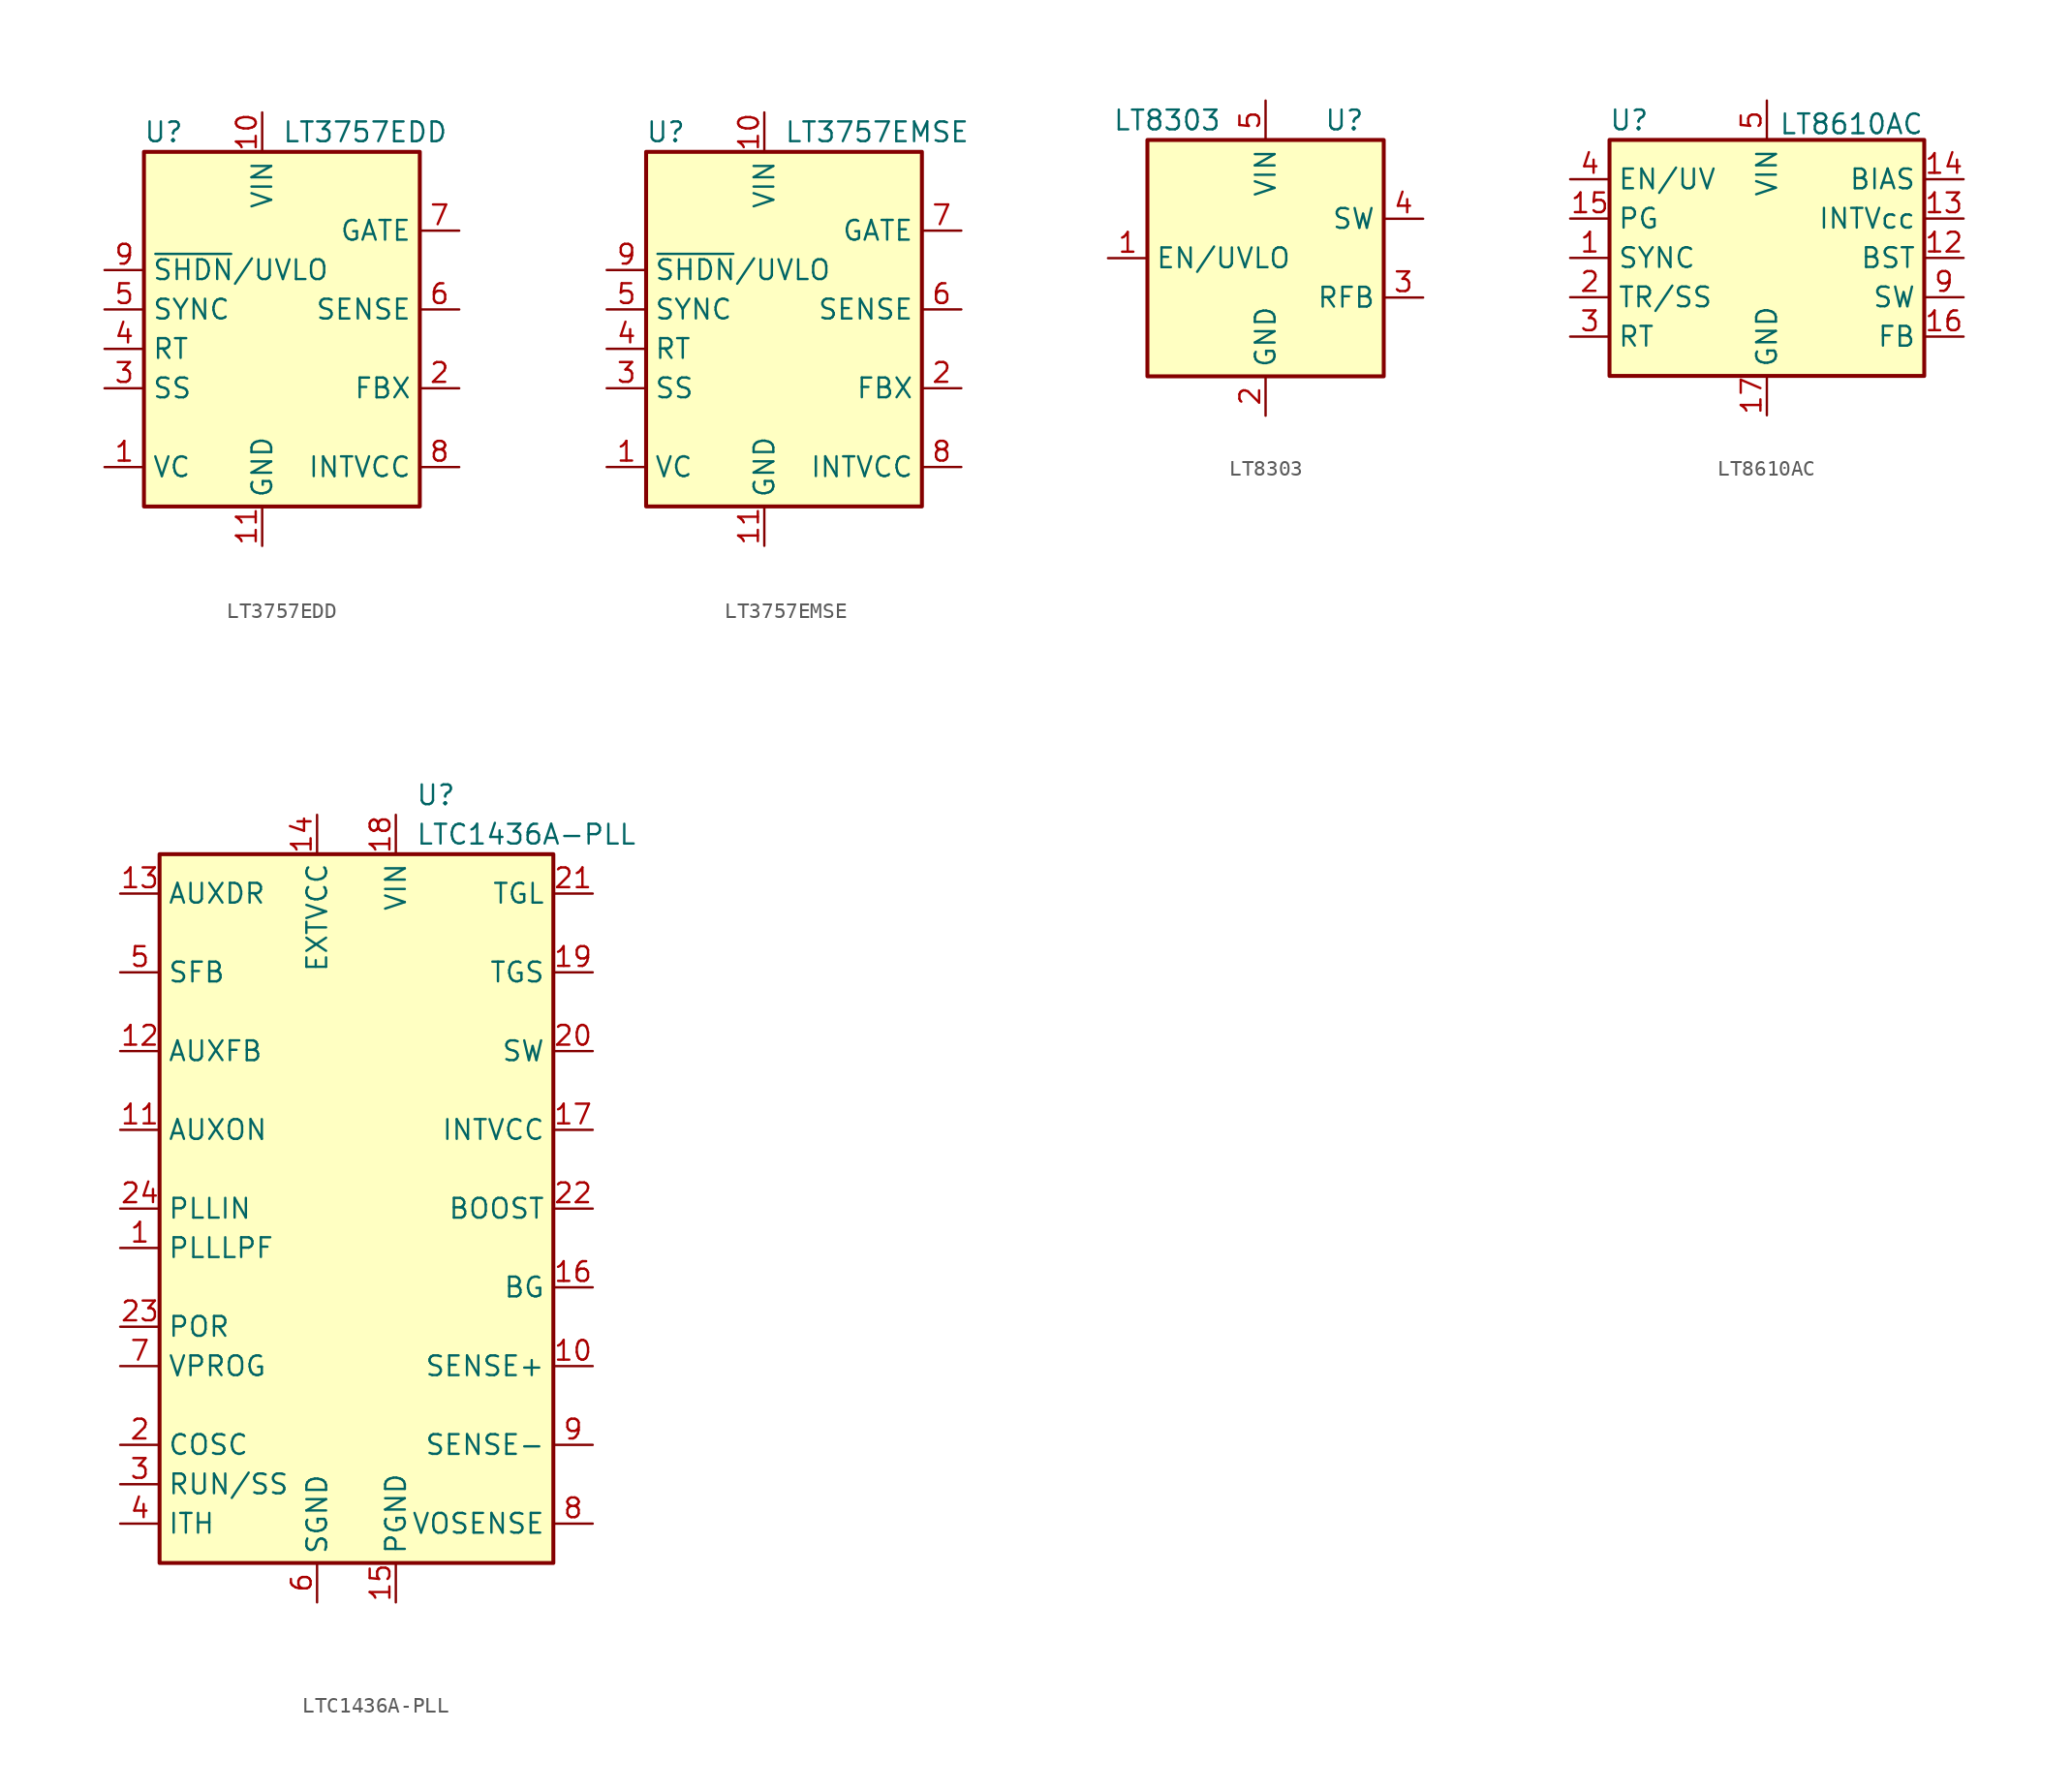
<source format=kicad_sym>
(kicad_symbol_lib
  (version 20201005)
  (generator kicad_symbol_editor)
  (symbol "LT3757EDD"
    (property "Reference" "U"
      (at -6.35 11.43 0)
      (effects (font (size 1.27 1.27))))
    (property "Value" "LT3757EDD"
      (at 1.27 11.43 0)
      (effects (font (size 1.27 1.27)) (justify left)))
    (symbol "LT3757EDD_0_1"
      (rectangle (start -7.62 10.16) (end 10.16 -12.7) (stroke (width 0.254)) (fill (type background))))
    (symbol "LT3757EDD_1_1"
      (pin input line (at -10.16 -10.16 0) (length 2.54) (name "VC" (effects (font (size 1.27 1.27)))) (number "1" (effects (font (size 1.27 1.27)))))
      (pin power_in line (at 0 12.7 270) (length 2.54) (name "VIN" (effects (font (size 1.27 1.27)))) (number "10" (effects (font (size 1.27 1.27)))))
      (pin power_in line (at 0 -15.24 90) (length 2.54) (name "GND" (effects (font (size 1.27 1.27)))) (number "11" (effects (font (size 1.27 1.27)))))
      (pin input line (at 12.7 -5.08 180) (length 2.54) (name "FBX" (effects (font (size 1.27 1.27)))) (number "2" (effects (font (size 1.27 1.27)))))
      (pin input line (at -10.16 -5.08 0) (length 2.54) (name "SS" (effects (font (size 1.27 1.27)))) (number "3" (effects (font (size 1.27 1.27)))))
      (pin input line (at -10.16 -2.54 0) (length 2.54) (name "RT" (effects (font (size 1.27 1.27)))) (number "4" (effects (font (size 1.27 1.27)))))
      (pin input line (at -10.16 0 0) (length 2.54) (name "SYNC" (effects (font (size 1.27 1.27)))) (number "5" (effects (font (size 1.27 1.27)))))
      (pin input line (at 12.7 0 180) (length 2.54) (name "SENSE" (effects (font (size 1.27 1.27)))) (number "6" (effects (font (size 1.27 1.27)))))
      (pin output line (at 12.7 5.08 180) (length 2.54) (name "GATE" (effects (font (size 1.27 1.27)))) (number "7" (effects (font (size 1.27 1.27)))))
      (pin output line (at 12.7 -10.16 180) (length 2.54) (name "INTVCC" (effects (font (size 1.27 1.27)))) (number "8" (effects (font (size 1.27 1.27)))))
      (pin input line (at -10.16 2.54 0) (length 2.54) (name "~SHDN~/UVLO" (effects (font (size 1.27 1.27)))) (number "9" (effects (font (size 1.27 1.27)))))))
  (symbol "LT3757EMSE"
    (property "Reference" "U"
      (at -6.35 11.43 0)
      (effects (font (size 1.27 1.27))))
    (property "Value" "LT3757EMSE"
      (at 1.27 11.43 0)
      (effects (font (size 1.27 1.27)) (justify left)))
    (symbol "LT3757EMSE_0_1"
      (rectangle (start -7.62 10.16) (end 10.16 -12.7) (stroke (width 0.254)) (fill (type background))))
    (symbol "LT3757EMSE_1_1"
      (pin input line (at -10.16 -10.16 0) (length 2.54) (name "VC" (effects (font (size 1.27 1.27)))) (number "1" (effects (font (size 1.27 1.27)))))
      (pin power_in line (at 0 12.7 270) (length 2.54) (name "VIN" (effects (font (size 1.27 1.27)))) (number "10" (effects (font (size 1.27 1.27)))))
      (pin power_in line (at 0 -15.24 90) (length 2.54) (name "GND" (effects (font (size 1.27 1.27)))) (number "11" (effects (font (size 1.27 1.27)))))
      (pin input line (at 12.7 -5.08 180) (length 2.54) (name "FBX" (effects (font (size 1.27 1.27)))) (number "2" (effects (font (size 1.27 1.27)))))
      (pin input line (at -10.16 -5.08 0) (length 2.54) (name "SS" (effects (font (size 1.27 1.27)))) (number "3" (effects (font (size 1.27 1.27)))))
      (pin input line (at -10.16 -2.54 0) (length 2.54) (name "RT" (effects (font (size 1.27 1.27)))) (number "4" (effects (font (size 1.27 1.27)))))
      (pin input line (at -10.16 0 0) (length 2.54) (name "SYNC" (effects (font (size 1.27 1.27)))) (number "5" (effects (font (size 1.27 1.27)))))
      (pin input line (at 12.7 0 180) (length 2.54) (name "SENSE" (effects (font (size 1.27 1.27)))) (number "6" (effects (font (size 1.27 1.27)))))
      (pin output line (at 12.7 5.08 180) (length 2.54) (name "GATE" (effects (font (size 1.27 1.27)))) (number "7" (effects (font (size 1.27 1.27)))))
      (pin output line (at 12.7 -10.16 180) (length 2.54) (name "INTVCC" (effects (font (size 1.27 1.27)))) (number "8" (effects (font (size 1.27 1.27)))))
      (pin input line (at -10.16 2.54 0) (length 2.54) (name "~SHDN~/UVLO" (effects (font (size 1.27 1.27)))) (number "9" (effects (font (size 1.27 1.27)))))))
  (symbol "LT8303"
    (property "Reference" "U"
      (at 5.08 8.89 0)
      (effects (font (size 1.27 1.27))))
    (property "Value" "LT8303"
      (at -6.35 8.89 0)
      (effects (font (size 1.27 1.27))))
    (symbol "LT8303_0_1"
      (rectangle (start 7.62 7.62) (end -7.62 -7.62) (stroke (width 0.254)) (fill (type background))))
    (symbol "LT8303_1_1"
      (pin input line (at -10.16 0 0) (length 2.54) (name "EN/UVLO" (effects (font (size 1.27 1.27)))) (number "1" (effects (font (size 1.27 1.27)))))
      (pin power_in line (at 0 -10.16 90) (length 2.54) (name "GND" (effects (font (size 1.27 1.27)))) (number "2" (effects (font (size 1.27 1.27)))))
      (pin input line (at 10.16 -2.54 180) (length 2.54) (name "RFB" (effects (font (size 1.27 1.27)))) (number "3" (effects (font (size 1.27 1.27)))))
      (pin open_collector line (at 10.16 2.54 180) (length 2.54) (name "SW" (effects (font (size 1.27 1.27)))) (number "4" (effects (font (size 1.27 1.27)))))
      (pin power_in line (at 0 10.16 270) (length 2.54) (name "VIN" (effects (font (size 1.27 1.27)))) (number "5" (effects (font (size 1.27 1.27)))))))
  (symbol "LT8610AC"
    (property "Reference" "U"
      (at -8.89 8.89 0)
      (effects (font (size 1.27 1.27))))
    (property "Value" "LT8610AC"
      (at 0.762 8.636 0)
      (effects (font (size 1.27 1.27)) (justify left)))
    (symbol "LT8610AC_0_1"
      (rectangle (start -10.16 7.62) (end 10.16 -7.62) (stroke (width 0.254)) (fill (type background))))
    (symbol "LT8610AC_1_1"
      (pin input line (at -12.7 0 0) (length 2.54) (name "SYNC" (effects (font (size 1.27 1.27)))) (number "1" (effects (font (size 1.27 1.27)))))
      (pin passive line (at 12.7 -2.54 180) (length 2.54) hide (name "SW" (effects (font (size 1.27 1.27)))) (number "10" (effects (font (size 1.27 1.27)))))
      (pin passive line (at 12.7 -2.54 180) (length 2.54) hide (name "SW" (effects (font (size 1.27 1.27)))) (number "11" (effects (font (size 1.27 1.27)))))
      (pin input line (at 12.7 0 180) (length 2.54) (name "BST" (effects (font (size 1.27 1.27)))) (number "12" (effects (font (size 1.27 1.27)))))
      (pin passive line (at 12.7 2.54 180) (length 2.54) (name "INTVcc" (effects (font (size 1.27 1.27)))) (number "13" (effects (font (size 1.27 1.27)))))
      (pin input line (at 12.7 5.08 180) (length 2.54) (name "BIAS" (effects (font (size 1.27 1.27)))) (number "14" (effects (font (size 1.27 1.27)))))
      (pin open_collector line (at -12.7 2.54 0) (length 2.54) (name "PG" (effects (font (size 1.27 1.27)))) (number "15" (effects (font (size 1.27 1.27)))))
      (pin input line (at 12.7 -5.08 180) (length 2.54) (name "FB" (effects (font (size 1.27 1.27)))) (number "16" (effects (font (size 1.27 1.27)))))
      (pin power_out line (at 0 -10.16 90) (length 2.54) (name "GND" (effects (font (size 1.27 1.27)))) (number "17" (effects (font (size 1.27 1.27)))))
      (pin input line (at -12.7 -2.54 0) (length 2.54) (name "TR/SS" (effects (font (size 1.27 1.27)))) (number "2" (effects (font (size 1.27 1.27)))))
      (pin passive line (at -12.7 -5.08 0) (length 2.54) (name "RT" (effects (font (size 1.27 1.27)))) (number "3" (effects (font (size 1.27 1.27)))))
      (pin input line (at -12.7 5.08 0) (length 2.54) (name "EN/UV" (effects (font (size 1.27 1.27)))) (number "4" (effects (font (size 1.27 1.27)))))
      (pin power_in line (at 0 10.16 270) (length 2.54) (name "VIN" (effects (font (size 1.27 1.27)))) (number "5" (effects (font (size 1.27 1.27)))))
      (pin passive line (at 0 10.16 270) (length 2.54) hide (name "VIN" (effects (font (size 1.27 1.27)))) (number "6" (effects (font (size 1.27 1.27)))))
      (pin no_connect line (at 2.54 -7.62 90) (length 2.54) hide (name "NC" (effects (font (size 1.27 1.27)))) (number "7" (effects (font (size 1.27 1.27)))))
      (pin passive line (at 0 -10.16 90) (length 2.54) hide (name "GND" (effects (font (size 1.27 1.27)))) (number "8" (effects (font (size 1.27 1.27)))))
      (pin output line (at 12.7 -2.54 180) (length 2.54) (name "SW" (effects (font (size 1.27 1.27)))) (number "9" (effects (font (size 1.27 1.27)))))))
  (symbol "LTC1436A-PLL"
    (property "Reference" "U"
      (at 3.81 26.67 0)
      (effects (font (size 1.27 1.27)) (justify left)))
    (property "Value" "LTC1436A-PLL"
      (at 3.81 24.13 0)
      (effects (font (size 1.27 1.27)) (justify left)))
    (symbol "LTC1436A-PLL_0_1"
      (rectangle (start -12.7 -22.86) (end 12.7 22.86) (stroke (width 0.254)) (fill (type background))))
    (symbol "LTC1436A-PLL_1_1"
      (pin passive line (at -15.24 -2.54 0) (length 2.54) (name "PLLLPF" (effects (font (size 1.27 1.27)))) (number "1" (effects (font (size 1.27 1.27)))))
      (pin input line (at 15.24 -10.16 180) (length 2.54) (name "SENSE+" (effects (font (size 1.27 1.27)))) (number "10" (effects (font (size 1.27 1.27)))))
      (pin input line (at -15.24 5.08 0) (length 2.54) (name "AUXON" (effects (font (size 1.27 1.27)))) (number "11" (effects (font (size 1.27 1.27)))))
      (pin input line (at -15.24 10.16 0) (length 2.54) (name "AUXFB" (effects (font (size 1.27 1.27)))) (number "12" (effects (font (size 1.27 1.27)))))
      (pin open_collector line (at -15.24 20.32 0) (length 2.54) (name "AUXDR" (effects (font (size 1.27 1.27)))) (number "13" (effects (font (size 1.27 1.27)))))
      (pin power_in line (at -2.54 25.4 270) (length 2.54) (name "EXTVCC" (effects (font (size 1.27 1.27)))) (number "14" (effects (font (size 1.27 1.27)))))
      (pin power_in line (at 2.54 -25.4 90) (length 2.54) (name "PGND" (effects (font (size 1.27 1.27)))) (number "15" (effects (font (size 1.27 1.27)))))
      (pin output line (at 15.24 -5.08 180) (length 2.54) (name "BG" (effects (font (size 1.27 1.27)))) (number "16" (effects (font (size 1.27 1.27)))))
      (pin power_in line (at 15.24 5.08 180) (length 2.54) (name "INTVCC" (effects (font (size 1.27 1.27)))) (number "17" (effects (font (size 1.27 1.27)))))
      (pin power_in line (at 2.54 25.4 270) (length 2.54) (name "VIN" (effects (font (size 1.27 1.27)))) (number "18" (effects (font (size 1.27 1.27)))))
      (pin output line (at 15.24 15.24 180) (length 2.54) (name "TGS" (effects (font (size 1.27 1.27)))) (number "19" (effects (font (size 1.27 1.27)))))
      (pin passive line (at -15.24 -15.24 0) (length 2.54) (name "COSC" (effects (font (size 1.27 1.27)))) (number "2" (effects (font (size 1.27 1.27)))))
      (pin passive line (at 15.24 10.16 180) (length 2.54) (name "SW" (effects (font (size 1.27 1.27)))) (number "20" (effects (font (size 1.27 1.27)))))
      (pin output line (at 15.24 20.32 180) (length 2.54) (name "TGL" (effects (font (size 1.27 1.27)))) (number "21" (effects (font (size 1.27 1.27)))))
      (pin passive line (at 15.24 0 180) (length 2.54) (name "BOOST" (effects (font (size 1.27 1.27)))) (number "22" (effects (font (size 1.27 1.27)))))
      (pin open_collector line (at -15.24 -7.62 0) (length 2.54) (name "POR" (effects (font (size 1.27 1.27)))) (number "23" (effects (font (size 1.27 1.27)))))
      (pin input line (at -15.24 0 0) (length 2.54) (name "PLLIN" (effects (font (size 1.27 1.27)))) (number "24" (effects (font (size 1.27 1.27)))))
      (pin passive line (at -15.24 -17.78 0) (length 2.54) (name "RUN/SS" (effects (font (size 1.27 1.27)))) (number "3" (effects (font (size 1.27 1.27)))))
      (pin passive line (at -15.24 -20.32 0) (length 2.54) (name "ITH" (effects (font (size 1.27 1.27)))) (number "4" (effects (font (size 1.27 1.27)))))
      (pin passive line (at -15.24 15.24 0) (length 2.54) (name "SFB" (effects (font (size 1.27 1.27)))) (number "5" (effects (font (size 1.27 1.27)))))
      (pin power_in line (at -2.54 -25.4 90) (length 2.54) (name "SGND" (effects (font (size 1.27 1.27)))) (number "6" (effects (font (size 1.27 1.27)))))
      (pin input line (at -15.24 -10.16 0) (length 2.54) (name "VPROG" (effects (font (size 1.27 1.27)))) (number "7" (effects (font (size 1.27 1.27)))))
      (pin input line (at 15.24 -20.32 180) (length 2.54) (name "VOSENSE" (effects (font (size 1.27 1.27)))) (number "8" (effects (font (size 1.27 1.27)))))
      (pin input line (at 15.24 -15.24 180) (length 2.54) (name "SENSE-" (effects (font (size 1.27 1.27)))) (number "9" (effects (font (size 1.27 1.27))))))))
</source>
